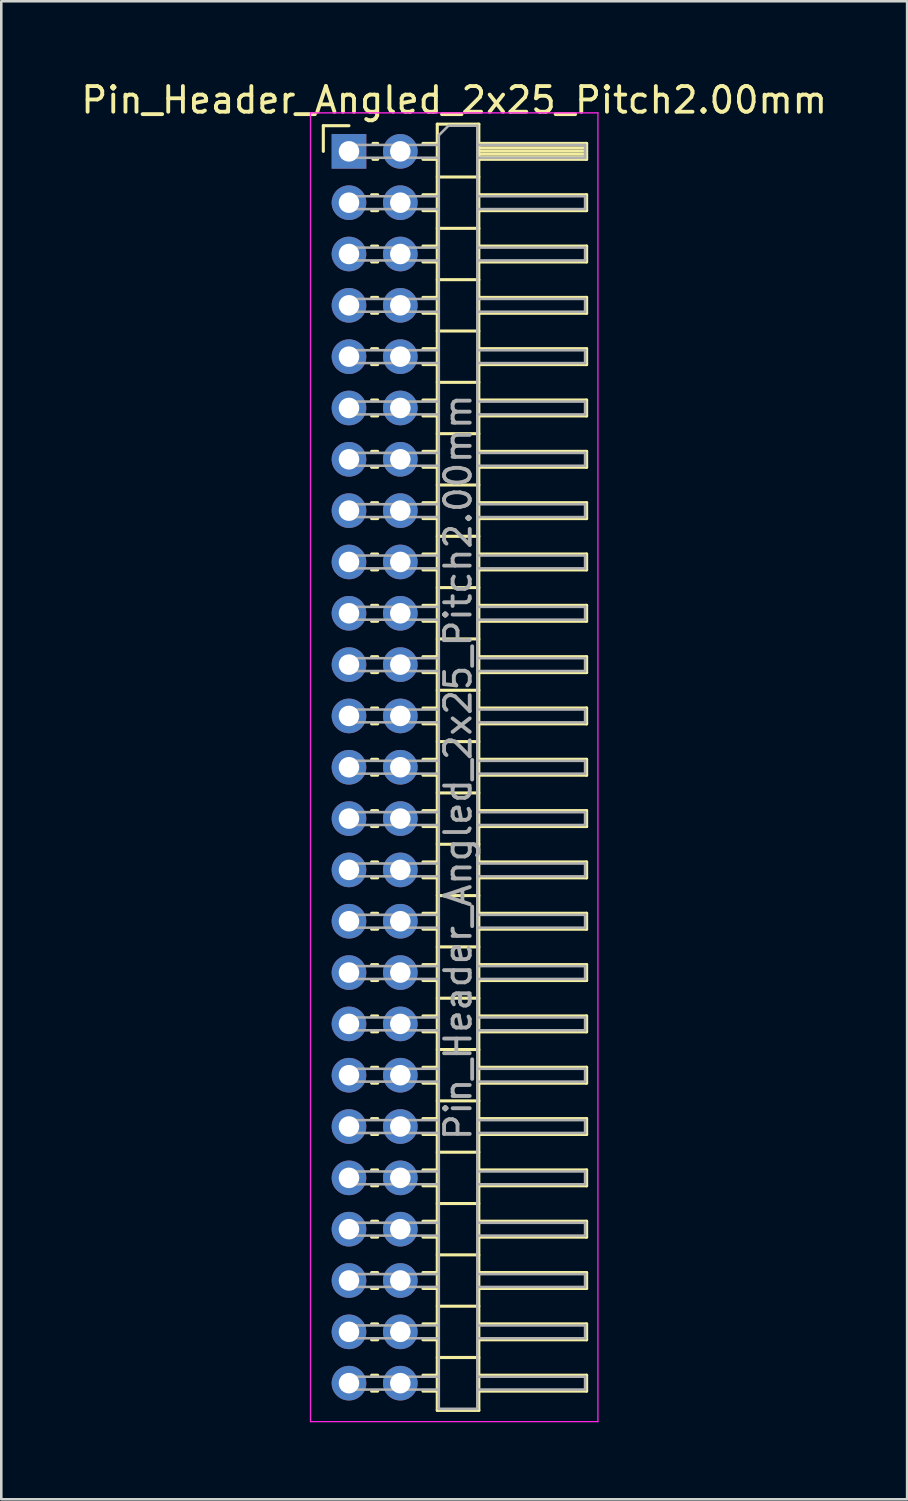
<source format=kicad_pcb>
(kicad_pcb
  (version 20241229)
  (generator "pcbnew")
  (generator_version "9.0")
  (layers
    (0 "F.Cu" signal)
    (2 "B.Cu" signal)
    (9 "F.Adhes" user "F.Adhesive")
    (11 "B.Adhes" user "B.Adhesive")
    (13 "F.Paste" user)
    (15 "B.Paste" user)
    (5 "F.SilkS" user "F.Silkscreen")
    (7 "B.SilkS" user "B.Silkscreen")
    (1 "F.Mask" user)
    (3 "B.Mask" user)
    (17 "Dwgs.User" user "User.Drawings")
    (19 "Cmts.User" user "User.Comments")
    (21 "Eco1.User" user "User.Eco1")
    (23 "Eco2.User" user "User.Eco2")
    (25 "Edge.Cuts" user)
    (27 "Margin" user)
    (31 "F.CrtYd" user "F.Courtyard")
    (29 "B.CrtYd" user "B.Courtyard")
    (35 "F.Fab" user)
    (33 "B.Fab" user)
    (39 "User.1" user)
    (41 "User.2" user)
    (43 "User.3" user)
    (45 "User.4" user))
  (footprint "Pin_Header_Angled_2x25_Pitch2.00mm"
    (layer "F.Cu")
    (at 10.549 2.848)
    (property "Reference" "Pin_Header_Angled_2x25_Pitch2.00mm" (at 4.1 -2 0) (layer "F.SilkS") (effects (font (size 1 1) (thickness 0.15))))
    (attr through_hole)
    (fp_line (start -1 -1) (end 0 -1) (stroke (width 0.12) (type solid)) (layer "F.SilkS"))
    (fp_line (start -1 0) (end -1 -1) (stroke (width 0.12) (type solid)) (layer "F.SilkS"))
    (fp_line (start 0.882 1.69) (end 1.118 1.69) (stroke (width 0.12) (type solid)) (layer "F.SilkS"))
    (fp_line (start 0.882 2.31) (end 1.118 2.31) (stroke (width 0.12) (type solid)) (layer "F.SilkS"))
    (fp_line (start 0.882 3.69) (end 1.118 3.69) (stroke (width 0.12) (type solid)) (layer "F.SilkS"))
    (fp_line (start 0.882 4.31) (end 1.118 4.31) (stroke (width 0.12) (type solid)) (layer "F.SilkS"))
    (fp_line (start 0.882 5.69) (end 1.118 5.69) (stroke (width 0.12) (type solid)) (layer "F.SilkS"))
    (fp_line (start 0.882 6.31) (end 1.118 6.31) (stroke (width 0.12) (type solid)) (layer "F.SilkS"))
    (fp_line (start 0.882 7.69) (end 1.118 7.69) (stroke (width 0.12) (type solid)) (layer "F.SilkS"))
    (fp_line (start 0.882 8.31) (end 1.118 8.31) (stroke (width 0.12) (type solid)) (layer "F.SilkS"))
    (fp_line (start 0.882 9.69) (end 1.118 9.69) (stroke (width 0.12) (type solid)) (layer "F.SilkS"))
    (fp_line (start 0.882 10.31) (end 1.118 10.31) (stroke (width 0.12) (type solid)) (layer "F.SilkS"))
    (fp_line (start 0.882 11.69) (end 1.118 11.69) (stroke (width 0.12) (type solid)) (layer "F.SilkS"))
    (fp_line (start 0.882 12.31) (end 1.118 12.31) (stroke (width 0.12) (type solid)) (layer "F.SilkS"))
    (fp_line (start 0.882 13.69) (end 1.118 13.69) (stroke (width 0.12) (type solid)) (layer "F.SilkS"))
    (fp_line (start 0.882 14.31) (end 1.118 14.31) (stroke (width 0.12) (type solid)) (layer "F.SilkS"))
    (fp_line (start 0.882 15.69) (end 1.118 15.69) (stroke (width 0.12) (type solid)) (layer "F.SilkS"))
    (fp_line (start 0.882 16.31) (end 1.118 16.31) (stroke (width 0.12) (type solid)) (layer "F.SilkS"))
    (fp_line (start 0.882 17.69) (end 1.118 17.69) (stroke (width 0.12) (type solid)) (layer "F.SilkS"))
    (fp_line (start 0.882 18.31) (end 1.118 18.31) (stroke (width 0.12) (type solid)) (layer "F.SilkS"))
    (fp_line (start 0.882 19.69) (end 1.118 19.69) (stroke (width 0.12) (type solid)) (layer "F.SilkS"))
    (fp_line (start 0.882 20.31) (end 1.118 20.31) (stroke (width 0.12) (type solid)) (layer "F.SilkS"))
    (fp_line (start 0.882 21.69) (end 1.118 21.69) (stroke (width 0.12) (type solid)) (layer "F.SilkS"))
    (fp_line (start 0.882 22.31) (end 1.118 22.31) (stroke (width 0.12) (type solid)) (layer "F.SilkS"))
    (fp_line (start 0.882 23.69) (end 1.118 23.69) (stroke (width 0.12) (type solid)) (layer "F.SilkS"))
    (fp_line (start 0.882 24.31) (end 1.118 24.31) (stroke (width 0.12) (type solid)) (layer "F.SilkS"))
    (fp_line (start 0.882 25.69) (end 1.118 25.69) (stroke (width 0.12) (type solid)) (layer "F.SilkS"))
    (fp_line (start 0.882 26.31) (end 1.118 26.31) (stroke (width 0.12) (type solid)) (layer "F.SilkS"))
    (fp_line (start 0.882 27.69) (end 1.118 27.69) (stroke (width 0.12) (type solid)) (layer "F.SilkS"))
    (fp_line (start 0.882 28.31) (end 1.118 28.31) (stroke (width 0.12) (type solid)) (layer "F.SilkS"))
    (fp_line (start 0.882 29.69) (end 1.118 29.69) (stroke (width 0.12) (type solid)) (layer "F.SilkS"))
    (fp_line (start 0.882 30.31) (end 1.118 30.31) (stroke (width 0.12) (type solid)) (layer "F.SilkS"))
    (fp_line (start 0.882 31.69) (end 1.118 31.69) (stroke (width 0.12) (type solid)) (layer "F.SilkS"))
    (fp_line (start 0.882 32.31) (end 1.118 32.31) (stroke (width 0.12) (type solid)) (layer "F.SilkS"))
    (fp_line (start 0.882 33.69) (end 1.118 33.69) (stroke (width 0.12) (type solid)) (layer "F.SilkS"))
    (fp_line (start 0.882 34.31) (end 1.118 34.31) (stroke (width 0.12) (type solid)) (layer "F.SilkS"))
    (fp_line (start 0.882 35.69) (end 1.118 35.69) (stroke (width 0.12) (type solid)) (layer "F.SilkS"))
    (fp_line (start 0.882 36.31) (end 1.118 36.31) (stroke (width 0.12) (type solid)) (layer "F.SilkS"))
    (fp_line (start 0.882 37.69) (end 1.118 37.69) (stroke (width 0.12) (type solid)) (layer "F.SilkS"))
    (fp_line (start 0.882 38.31) (end 1.118 38.31) (stroke (width 0.12) (type solid)) (layer "F.SilkS"))
    (fp_line (start 0.882 39.69) (end 1.118 39.69) (stroke (width 0.12) (type solid)) (layer "F.SilkS"))
    (fp_line (start 0.882 40.31) (end 1.118 40.31) (stroke (width 0.12) (type solid)) (layer "F.SilkS"))
    (fp_line (start 0.882 41.69) (end 1.118 41.69) (stroke (width 0.12) (type solid)) (layer "F.SilkS"))
    (fp_line (start 0.882 42.31) (end 1.118 42.31) (stroke (width 0.12) (type solid)) (layer "F.SilkS"))
    (fp_line (start 0.882 43.69) (end 1.118 43.69) (stroke (width 0.12) (type solid)) (layer "F.SilkS"))
    (fp_line (start 0.882 44.31) (end 1.118 44.31) (stroke (width 0.12) (type solid)) (layer "F.SilkS"))
    (fp_line (start 0.882 45.69) (end 1.118 45.69) (stroke (width 0.12) (type solid)) (layer "F.SilkS"))
    (fp_line (start 0.882 46.31) (end 1.118 46.31) (stroke (width 0.12) (type solid)) (layer "F.SilkS"))
    (fp_line (start 0.882 47.69) (end 1.118 47.69) (stroke (width 0.12) (type solid)) (layer "F.SilkS"))
    (fp_line (start 0.882 48.31) (end 1.118 48.31) (stroke (width 0.12) (type solid)) (layer "F.SilkS"))
    (fp_line (start 0.935 -0.31) (end 1.118 -0.31) (stroke (width 0.12) (type solid)) (layer "F.SilkS"))
    (fp_line (start 0.935 0.31) (end 1.118 0.31) (stroke (width 0.12) (type solid)) (layer "F.SilkS"))
    (fp_line (start 2.882 -0.31) (end 3.44 -0.31) (stroke (width 0.12) (type solid)) (layer "F.SilkS"))
    (fp_line (start 2.882 0.31) (end 3.44 0.31) (stroke (width 0.12) (type solid)) (layer "F.SilkS"))
    (fp_line (start 2.882 1.69) (end 3.44 1.69) (stroke (width 0.12) (type solid)) (layer "F.SilkS"))
    (fp_line (start 2.882 2.31) (end 3.44 2.31) (stroke (width 0.12) (type solid)) (layer "F.SilkS"))
    (fp_line (start 2.882 3.69) (end 3.44 3.69) (stroke (width 0.12) (type solid)) (layer "F.SilkS"))
    (fp_line (start 2.882 4.31) (end 3.44 4.31) (stroke (width 0.12) (type solid)) (layer "F.SilkS"))
    (fp_line (start 2.882 5.69) (end 3.44 5.69) (stroke (width 0.12) (type solid)) (layer "F.SilkS"))
    (fp_line (start 2.882 6.31) (end 3.44 6.31) (stroke (width 0.12) (type solid)) (layer "F.SilkS"))
    (fp_line (start 2.882 7.69) (end 3.44 7.69) (stroke (width 0.12) (type solid)) (layer "F.SilkS"))
    (fp_line (start 2.882 8.31) (end 3.44 8.31) (stroke (width 0.12) (type solid)) (layer "F.SilkS"))
    (fp_line (start 2.882 9.69) (end 3.44 9.69) (stroke (width 0.12) (type solid)) (layer "F.SilkS"))
    (fp_line (start 2.882 10.31) (end 3.44 10.31) (stroke (width 0.12) (type solid)) (layer "F.SilkS"))
    (fp_line (start 2.882 11.69) (end 3.44 11.69) (stroke (width 0.12) (type solid)) (layer "F.SilkS"))
    (fp_line (start 2.882 12.31) (end 3.44 12.31) (stroke (width 0.12) (type solid)) (layer "F.SilkS"))
    (fp_line (start 2.882 13.69) (end 3.44 13.69) (stroke (width 0.12) (type solid)) (layer "F.SilkS"))
    (fp_line (start 2.882 14.31) (end 3.44 14.31) (stroke (width 0.12) (type solid)) (layer "F.SilkS"))
    (fp_line (start 2.882 15.69) (end 3.44 15.69) (stroke (width 0.12) (type solid)) (layer "F.SilkS"))
    (fp_line (start 2.882 16.31) (end 3.44 16.31) (stroke (width 0.12) (type solid)) (layer "F.SilkS"))
    (fp_line (start 2.882 17.69) (end 3.44 17.69) (stroke (width 0.12) (type solid)) (layer "F.SilkS"))
    (fp_line (start 2.882 18.31) (end 3.44 18.31) (stroke (width 0.12) (type solid)) (layer "F.SilkS"))
    (fp_line (start 2.882 19.69) (end 3.44 19.69) (stroke (width 0.12) (type solid)) (layer "F.SilkS"))
    (fp_line (start 2.882 20.31) (end 3.44 20.31) (stroke (width 0.12) (type solid)) (layer "F.SilkS"))
    (fp_line (start 2.882 21.69) (end 3.44 21.69) (stroke (width 0.12) (type solid)) (layer "F.SilkS"))
    (fp_line (start 2.882 22.31) (end 3.44 22.31) (stroke (width 0.12) (type solid)) (layer "F.SilkS"))
    (fp_line (start 2.882 23.69) (end 3.44 23.69) (stroke (width 0.12) (type solid)) (layer "F.SilkS"))
    (fp_line (start 2.882 24.31) (end 3.44 24.31) (stroke (width 0.12) (type solid)) (layer "F.SilkS"))
    (fp_line (start 2.882 25.69) (end 3.44 25.69) (stroke (width 0.12) (type solid)) (layer "F.SilkS"))
    (fp_line (start 2.882 26.31) (end 3.44 26.31) (stroke (width 0.12) (type solid)) (layer "F.SilkS"))
    (fp_line (start 2.882 27.69) (end 3.44 27.69) (stroke (width 0.12) (type solid)) (layer "F.SilkS"))
    (fp_line (start 2.882 28.31) (end 3.44 28.31) (stroke (width 0.12) (type solid)) (layer "F.SilkS"))
    (fp_line (start 2.882 29.69) (end 3.44 29.69) (stroke (width 0.12) (type solid)) (layer "F.SilkS"))
    (fp_line (start 2.882 30.31) (end 3.44 30.31) (stroke (width 0.12) (type solid)) (layer "F.SilkS"))
    (fp_line (start 2.882 31.69) (end 3.44 31.69) (stroke (width 0.12) (type solid)) (layer "F.SilkS"))
    (fp_line (start 2.882 32.31) (end 3.44 32.31) (stroke (width 0.12) (type solid)) (layer "F.SilkS"))
    (fp_line (start 2.882 33.69) (end 3.44 33.69) (stroke (width 0.12) (type solid)) (layer "F.SilkS"))
    (fp_line (start 2.882 34.31) (end 3.44 34.31) (stroke (width 0.12) (type solid)) (layer "F.SilkS"))
    (fp_line (start 2.882 35.69) (end 3.44 35.69) (stroke (width 0.12) (type solid)) (layer "F.SilkS"))
    (fp_line (start 2.882 36.31) (end 3.44 36.31) (stroke (width 0.12) (type solid)) (layer "F.SilkS"))
    (fp_line (start 2.882 37.69) (end 3.44 37.69) (stroke (width 0.12) (type solid)) (layer "F.SilkS"))
    (fp_line (start 2.882 38.31) (end 3.44 38.31) (stroke (width 0.12) (type solid)) (layer "F.SilkS"))
    (fp_line (start 2.882 39.69) (end 3.44 39.69) (stroke (width 0.12) (type solid)) (layer "F.SilkS"))
    (fp_line (start 2.882 40.31) (end 3.44 40.31) (stroke (width 0.12) (type solid)) (layer "F.SilkS"))
    (fp_line (start 2.882 41.69) (end 3.44 41.69) (stroke (width 0.12) (type solid)) (layer "F.SilkS"))
    (fp_line (start 2.882 42.31) (end 3.44 42.31) (stroke (width 0.12) (type solid)) (layer "F.SilkS"))
    (fp_line (start 2.882 43.69) (end 3.44 43.69) (stroke (width 0.12) (type solid)) (layer "F.SilkS"))
    (fp_line (start 2.882 44.31) (end 3.44 44.31) (stroke (width 0.12) (type solid)) (layer "F.SilkS"))
    (fp_line (start 2.882 45.69) (end 3.44 45.69) (stroke (width 0.12) (type solid)) (layer "F.SilkS"))
    (fp_line (start 2.882 46.31) (end 3.44 46.31) (stroke (width 0.12) (type solid)) (layer "F.SilkS"))
    (fp_line (start 2.882 47.69) (end 3.44 47.69) (stroke (width 0.12) (type solid)) (layer "F.SilkS"))
    (fp_line (start 2.882 48.31) (end 3.44 48.31) (stroke (width 0.12) (type solid)) (layer "F.SilkS"))
    (fp_line (start 3.44 -1.06) (end 3.44 49.06) (stroke (width 0.12) (type solid)) (layer "F.SilkS"))
    (fp_line (start 3.44 1) (end 5.06 1) (stroke (width 0.12) (type solid)) (layer "F.SilkS"))
    (fp_line (start 3.44 3) (end 5.06 3) (stroke (width 0.12) (type solid)) (layer "F.SilkS"))
    (fp_line (start 3.44 5) (end 5.06 5) (stroke (width 0.12) (type solid)) (layer "F.SilkS"))
    (fp_line (start 3.44 7) (end 5.06 7) (stroke (width 0.12) (type solid)) (layer "F.SilkS"))
    (fp_line (start 3.44 9) (end 5.06 9) (stroke (width 0.12) (type solid)) (layer "F.SilkS"))
    (fp_line (start 3.44 11) (end 5.06 11) (stroke (width 0.12) (type solid)) (layer "F.SilkS"))
    (fp_line (start 3.44 13) (end 5.06 13) (stroke (width 0.12) (type solid)) (layer "F.SilkS"))
    (fp_line (start 3.44 15) (end 5.06 15) (stroke (width 0.12) (type solid)) (layer "F.SilkS"))
    (fp_line (start 3.44 17) (end 5.06 17) (stroke (width 0.12) (type solid)) (layer "F.SilkS"))
    (fp_line (start 3.44 19) (end 5.06 19) (stroke (width 0.12) (type solid)) (layer "F.SilkS"))
    (fp_line (start 3.44 21) (end 5.06 21) (stroke (width 0.12) (type solid)) (layer "F.SilkS"))
    (fp_line (start 3.44 23) (end 5.06 23) (stroke (width 0.12) (type solid)) (layer "F.SilkS"))
    (fp_line (start 3.44 25) (end 5.06 25) (stroke (width 0.12) (type solid)) (layer "F.SilkS"))
    (fp_line (start 3.44 27) (end 5.06 27) (stroke (width 0.12) (type solid)) (layer "F.SilkS"))
    (fp_line (start 3.44 29) (end 5.06 29) (stroke (width 0.12) (type solid)) (layer "F.SilkS"))
    (fp_line (start 3.44 31) (end 5.06 31) (stroke (width 0.12) (type solid)) (layer "F.SilkS"))
    (fp_line (start 3.44 33) (end 5.06 33) (stroke (width 0.12) (type solid)) (layer "F.SilkS"))
    (fp_line (start 3.44 35) (end 5.06 35) (stroke (width 0.12) (type solid)) (layer "F.SilkS"))
    (fp_line (start 3.44 37) (end 5.06 37) (stroke (width 0.12) (type solid)) (layer "F.SilkS"))
    (fp_line (start 3.44 39) (end 5.06 39) (stroke (width 0.12) (type solid)) (layer "F.SilkS"))
    (fp_line (start 3.44 41) (end 5.06 41) (stroke (width 0.12) (type solid)) (layer "F.SilkS"))
    (fp_line (start 3.44 43) (end 5.06 43) (stroke (width 0.12) (type solid)) (layer "F.SilkS"))
    (fp_line (start 3.44 45) (end 5.06 45) (stroke (width 0.12) (type solid)) (layer "F.SilkS"))
    (fp_line (start 3.44 47) (end 5.06 47) (stroke (width 0.12) (type solid)) (layer "F.SilkS"))
    (fp_line (start 3.44 49.06) (end 5.06 49.06) (stroke (width 0.12) (type solid)) (layer "F.SilkS"))
    (fp_line (start 5.06 -1.06) (end 3.44 -1.06) (stroke (width 0.12) (type solid)) (layer "F.SilkS"))
    (fp_line (start 5.06 -0.31) (end 9.26 -0.31) (stroke (width 0.12) (type solid)) (layer "F.SilkS"))
    (fp_line (start 5.06 -0.25) (end 9.26 -0.25) (stroke (width 0.12) (type solid)) (layer "F.SilkS"))
    (fp_line (start 5.06 -0.13) (end 9.26 -0.13) (stroke (width 0.12) (type solid)) (layer "F.SilkS"))
    (fp_line (start 5.06 -0.01) (end 9.26 -0.01) (stroke (width 0.12) (type solid)) (layer "F.SilkS"))
    (fp_line (start 5.06 0.11) (end 9.26 0.11) (stroke (width 0.12) (type solid)) (layer "F.SilkS"))
    (fp_line (start 5.06 0.23) (end 9.26 0.23) (stroke (width 0.12) (type solid)) (layer "F.SilkS"))
    (fp_line (start 5.06 1.69) (end 9.26 1.69) (stroke (width 0.12) (type solid)) (layer "F.SilkS"))
    (fp_line (start 5.06 3.69) (end 9.26 3.69) (stroke (width 0.12) (type solid)) (layer "F.SilkS"))
    (fp_line (start 5.06 5.69) (end 9.26 5.69) (stroke (width 0.12) (type solid)) (layer "F.SilkS"))
    (fp_line (start 5.06 7.69) (end 9.26 7.69) (stroke (width 0.12) (type solid)) (layer "F.SilkS"))
    (fp_line (start 5.06 9.69) (end 9.26 9.69) (stroke (width 0.12) (type solid)) (layer "F.SilkS"))
    (fp_line (start 5.06 11.69) (end 9.26 11.69) (stroke (width 0.12) (type solid)) (layer "F.SilkS"))
    (fp_line (start 5.06 13.69) (end 9.26 13.69) (stroke (width 0.12) (type solid)) (layer "F.SilkS"))
    (fp_line (start 5.06 15.69) (end 9.26 15.69) (stroke (width 0.12) (type solid)) (layer "F.SilkS"))
    (fp_line (start 5.06 17.69) (end 9.26 17.69) (stroke (width 0.12) (type solid)) (layer "F.SilkS"))
    (fp_line (start 5.06 19.69) (end 9.26 19.69) (stroke (width 0.12) (type solid)) (layer "F.SilkS"))
    (fp_line (start 5.06 21.69) (end 9.26 21.69) (stroke (width 0.12) (type solid)) (layer "F.SilkS"))
    (fp_line (start 5.06 23.69) (end 9.26 23.69) (stroke (width 0.12) (type solid)) (layer "F.SilkS"))
    (fp_line (start 5.06 25.69) (end 9.26 25.69) (stroke (width 0.12) (type solid)) (layer "F.SilkS"))
    (fp_line (start 5.06 27.69) (end 9.26 27.69) (stroke (width 0.12) (type solid)) (layer "F.SilkS"))
    (fp_line (start 5.06 29.69) (end 9.26 29.69) (stroke (width 0.12) (type solid)) (layer "F.SilkS"))
    (fp_line (start 5.06 31.69) (end 9.26 31.69) (stroke (width 0.12) (type solid)) (layer "F.SilkS"))
    (fp_line (start 5.06 33.69) (end 9.26 33.69) (stroke (width 0.12) (type solid)) (layer "F.SilkS"))
    (fp_line (start 5.06 35.69) (end 9.26 35.69) (stroke (width 0.12) (type solid)) (layer "F.SilkS"))
    (fp_line (start 5.06 37.69) (end 9.26 37.69) (stroke (width 0.12) (type solid)) (layer "F.SilkS"))
    (fp_line (start 5.06 39.69) (end 9.26 39.69) (stroke (width 0.12) (type solid)) (layer "F.SilkS"))
    (fp_line (start 5.06 41.69) (end 9.26 41.69) (stroke (width 0.12) (type solid)) (layer "F.SilkS"))
    (fp_line (start 5.06 43.69) (end 9.26 43.69) (stroke (width 0.12) (type solid)) (layer "F.SilkS"))
    (fp_line (start 5.06 45.69) (end 9.26 45.69) (stroke (width 0.12) (type solid)) (layer "F.SilkS"))
    (fp_line (start 5.06 47.69) (end 9.26 47.69) (stroke (width 0.12) (type solid)) (layer "F.SilkS"))
    (fp_line (start 5.06 49.06) (end 5.06 -1.06) (stroke (width 0.12) (type solid)) (layer "F.SilkS"))
    (fp_line (start 9.26 -0.31) (end 9.26 0.31) (stroke (width 0.12) (type solid)) (layer "F.SilkS"))
    (fp_line (start 9.26 0.31) (end 5.06 0.31) (stroke (width 0.12) (type solid)) (layer "F.SilkS"))
    (fp_line (start 9.26 1.69) (end 9.26 2.31) (stroke (width 0.12) (type solid)) (layer "F.SilkS"))
    (fp_line (start 9.26 2.31) (end 5.06 2.31) (stroke (width 0.12) (type solid)) (layer "F.SilkS"))
    (fp_line (start 9.26 3.69) (end 9.26 4.31) (stroke (width 0.12) (type solid)) (layer "F.SilkS"))
    (fp_line (start 9.26 4.31) (end 5.06 4.31) (stroke (width 0.12) (type solid)) (layer "F.SilkS"))
    (fp_line (start 9.26 5.69) (end 9.26 6.31) (stroke (width 0.12) (type solid)) (layer "F.SilkS"))
    (fp_line (start 9.26 6.31) (end 5.06 6.31) (stroke (width 0.12) (type solid)) (layer "F.SilkS"))
    (fp_line (start 9.26 7.69) (end 9.26 8.31) (stroke (width 0.12) (type solid)) (layer "F.SilkS"))
    (fp_line (start 9.26 8.31) (end 5.06 8.31) (stroke (width 0.12) (type solid)) (layer "F.SilkS"))
    (fp_line (start 9.26 9.69) (end 9.26 10.31) (stroke (width 0.12) (type solid)) (layer "F.SilkS"))
    (fp_line (start 9.26 10.31) (end 5.06 10.31) (stroke (width 0.12) (type solid)) (layer "F.SilkS"))
    (fp_line (start 9.26 11.69) (end 9.26 12.31) (stroke (width 0.12) (type solid)) (layer "F.SilkS"))
    (fp_line (start 9.26 12.31) (end 5.06 12.31) (stroke (width 0.12) (type solid)) (layer "F.SilkS"))
    (fp_line (start 9.26 13.69) (end 9.26 14.31) (stroke (width 0.12) (type solid)) (layer "F.SilkS"))
    (fp_line (start 9.26 14.31) (end 5.06 14.31) (stroke (width 0.12) (type solid)) (layer "F.SilkS"))
    (fp_line (start 9.26 15.69) (end 9.26 16.31) (stroke (width 0.12) (type solid)) (layer "F.SilkS"))
    (fp_line (start 9.26 16.31) (end 5.06 16.31) (stroke (width 0.12) (type solid)) (layer "F.SilkS"))
    (fp_line (start 9.26 17.69) (end 9.26 18.31) (stroke (width 0.12) (type solid)) (layer "F.SilkS"))
    (fp_line (start 9.26 18.31) (end 5.06 18.31) (stroke (width 0.12) (type solid)) (layer "F.SilkS"))
    (fp_line (start 9.26 19.69) (end 9.26 20.31) (stroke (width 0.12) (type solid)) (layer "F.SilkS"))
    (fp_line (start 9.26 20.31) (end 5.06 20.31) (stroke (width 0.12) (type solid)) (layer "F.SilkS"))
    (fp_line (start 9.26 21.69) (end 9.26 22.31) (stroke (width 0.12) (type solid)) (layer "F.SilkS"))
    (fp_line (start 9.26 22.31) (end 5.06 22.31) (stroke (width 0.12) (type solid)) (layer "F.SilkS"))
    (fp_line (start 9.26 23.69) (end 9.26 24.31) (stroke (width 0.12) (type solid)) (layer "F.SilkS"))
    (fp_line (start 9.26 24.31) (end 5.06 24.31) (stroke (width 0.12) (type solid)) (layer "F.SilkS"))
    (fp_line (start 9.26 25.69) (end 9.26 26.31) (stroke (width 0.12) (type solid)) (layer "F.SilkS"))
    (fp_line (start 9.26 26.31) (end 5.06 26.31) (stroke (width 0.12) (type solid)) (layer "F.SilkS"))
    (fp_line (start 9.26 27.69) (end 9.26 28.31) (stroke (width 0.12) (type solid)) (layer "F.SilkS"))
    (fp_line (start 9.26 28.31) (end 5.06 28.31) (stroke (width 0.12) (type solid)) (layer "F.SilkS"))
    (fp_line (start 9.26 29.69) (end 9.26 30.31) (stroke (width 0.12) (type solid)) (layer "F.SilkS"))
    (fp_line (start 9.26 30.31) (end 5.06 30.31) (stroke (width 0.12) (type solid)) (layer "F.SilkS"))
    (fp_line (start 9.26 31.69) (end 9.26 32.31) (stroke (width 0.12) (type solid)) (layer "F.SilkS"))
    (fp_line (start 9.26 32.31) (end 5.06 32.31) (stroke (width 0.12) (type solid)) (layer "F.SilkS"))
    (fp_line (start 9.26 33.69) (end 9.26 34.31) (stroke (width 0.12) (type solid)) (layer "F.SilkS"))
    (fp_line (start 9.26 34.31) (end 5.06 34.31) (stroke (width 0.12) (type solid)) (layer "F.SilkS"))
    (fp_line (start 9.26 35.69) (end 9.26 36.31) (stroke (width 0.12) (type solid)) (layer "F.SilkS"))
    (fp_line (start 9.26 36.31) (end 5.06 36.31) (stroke (width 0.12) (type solid)) (layer "F.SilkS"))
    (fp_line (start 9.26 37.69) (end 9.26 38.31) (stroke (width 0.12) (type solid)) (layer "F.SilkS"))
    (fp_line (start 9.26 38.31) (end 5.06 38.31) (stroke (width 0.12) (type solid)) (layer "F.SilkS"))
    (fp_line (start 9.26 39.69) (end 9.26 40.31) (stroke (width 0.12) (type solid)) (layer "F.SilkS"))
    (fp_line (start 9.26 40.31) (end 5.06 40.31) (stroke (width 0.12) (type solid)) (layer "F.SilkS"))
    (fp_line (start 9.26 41.69) (end 9.26 42.31) (stroke (width 0.12) (type solid)) (layer "F.SilkS"))
    (fp_line (start 9.26 42.31) (end 5.06 42.31) (stroke (width 0.12) (type solid)) (layer "F.SilkS"))
    (fp_line (start 9.26 43.69) (end 9.26 44.31) (stroke (width 0.12) (type solid)) (layer "F.SilkS"))
    (fp_line (start 9.26 44.31) (end 5.06 44.31) (stroke (width 0.12) (type solid)) (layer "F.SilkS"))
    (fp_line (start 9.26 45.69) (end 9.26 46.31) (stroke (width 0.12) (type solid)) (layer "F.SilkS"))
    (fp_line (start 9.26 46.31) (end 5.06 46.31) (stroke (width 0.12) (type solid)) (layer "F.SilkS"))
    (fp_line (start 9.26 47.69) (end 9.26 48.31) (stroke (width 0.12) (type solid)) (layer "F.SilkS"))
    (fp_line (start 9.26 48.31) (end 5.06 48.31) (stroke (width 0.12) (type solid)) (layer "F.SilkS"))
    (fp_line (start -1.5 -1.5) (end -1.5 49.5) (stroke (width 0.05) (type solid)) (layer "F.CrtYd"))
    (fp_line (start -1.5 49.5) (end 9.7 49.5) (stroke (width 0.05) (type solid)) (layer "F.CrtYd"))
    (fp_line (start 9.7 -1.5) (end -1.5 -1.5) (stroke (width 0.05) (type solid)) (layer "F.CrtYd"))
    (fp_line (start 9.7 49.5) (end 9.7 -1.5) (stroke (width 0.05) (type solid)) (layer "F.CrtYd"))
    (fp_line (start -0.25 -0.25) (end -0.25 0.25) (stroke (width 0.1) (type solid)) (layer "F.Fab"))
    (fp_line (start -0.25 -0.25) (end 3.5 -0.25) (stroke (width 0.1) (type solid)) (layer "F.Fab"))
    (fp_line (start -0.25 0.25) (end 3.5 0.25) (stroke (width 0.1) (type solid)) (layer "F.Fab"))
    (fp_line (start -0.25 1.75) (end -0.25 2.25) (stroke (width 0.1) (type solid)) (layer "F.Fab"))
    (fp_line (start -0.25 1.75) (end 3.5 1.75) (stroke (width 0.1) (type solid)) (layer "F.Fab"))
    (fp_line (start -0.25 2.25) (end 3.5 2.25) (stroke (width 0.1) (type solid)) (layer "F.Fab"))
    (fp_line (start -0.25 3.75) (end -0.25 4.25) (stroke (width 0.1) (type solid)) (layer "F.Fab"))
    (fp_line (start -0.25 3.75) (end 3.5 3.75) (stroke (width 0.1) (type solid)) (layer "F.Fab"))
    (fp_line (start -0.25 4.25) (end 3.5 4.25) (stroke (width 0.1) (type solid)) (layer "F.Fab"))
    (fp_line (start -0.25 5.75) (end -0.25 6.25) (stroke (width 0.1) (type solid)) (layer "F.Fab"))
    (fp_line (start -0.25 5.75) (end 3.5 5.75) (stroke (width 0.1) (type solid)) (layer "F.Fab"))
    (fp_line (start -0.25 6.25) (end 3.5 6.25) (stroke (width 0.1) (type solid)) (layer "F.Fab"))
    (fp_line (start -0.25 7.75) (end -0.25 8.25) (stroke (width 0.1) (type solid)) (layer "F.Fab"))
    (fp_line (start -0.25 7.75) (end 3.5 7.75) (stroke (width 0.1) (type solid)) (layer "F.Fab"))
    (fp_line (start -0.25 8.25) (end 3.5 8.25) (stroke (width 0.1) (type solid)) (layer "F.Fab"))
    (fp_line (start -0.25 9.75) (end -0.25 10.25) (stroke (width 0.1) (type solid)) (layer "F.Fab"))
    (fp_line (start -0.25 9.75) (end 3.5 9.75) (stroke (width 0.1) (type solid)) (layer "F.Fab"))
    (fp_line (start -0.25 10.25) (end 3.5 10.25) (stroke (width 0.1) (type solid)) (layer "F.Fab"))
    (fp_line (start -0.25 11.75) (end -0.25 12.25) (stroke (width 0.1) (type solid)) (layer "F.Fab"))
    (fp_line (start -0.25 11.75) (end 3.5 11.75) (stroke (width 0.1) (type solid)) (layer "F.Fab"))
    (fp_line (start -0.25 12.25) (end 3.5 12.25) (stroke (width 0.1) (type solid)) (layer "F.Fab"))
    (fp_line (start -0.25 13.75) (end -0.25 14.25) (stroke (width 0.1) (type solid)) (layer "F.Fab"))
    (fp_line (start -0.25 13.75) (end 3.5 13.75) (stroke (width 0.1) (type solid)) (layer "F.Fab"))
    (fp_line (start -0.25 14.25) (end 3.5 14.25) (stroke (width 0.1) (type solid)) (layer "F.Fab"))
    (fp_line (start -0.25 15.75) (end -0.25 16.25) (stroke (width 0.1) (type solid)) (layer "F.Fab"))
    (fp_line (start -0.25 15.75) (end 3.5 15.75) (stroke (width 0.1) (type solid)) (layer "F.Fab"))
    (fp_line (start -0.25 16.25) (end 3.5 16.25) (stroke (width 0.1) (type solid)) (layer "F.Fab"))
    (fp_line (start -0.25 17.75) (end -0.25 18.25) (stroke (width 0.1) (type solid)) (layer "F.Fab"))
    (fp_line (start -0.25 17.75) (end 3.5 17.75) (stroke (width 0.1) (type solid)) (layer "F.Fab"))
    (fp_line (start -0.25 18.25) (end 3.5 18.25) (stroke (width 0.1) (type solid)) (layer "F.Fab"))
    (fp_line (start -0.25 19.75) (end -0.25 20.25) (stroke (width 0.1) (type solid)) (layer "F.Fab"))
    (fp_line (start -0.25 19.75) (end 3.5 19.75) (stroke (width 0.1) (type solid)) (layer "F.Fab"))
    (fp_line (start -0.25 20.25) (end 3.5 20.25) (stroke (width 0.1) (type solid)) (layer "F.Fab"))
    (fp_line (start -0.25 21.75) (end -0.25 22.25) (stroke (width 0.1) (type solid)) (layer "F.Fab"))
    (fp_line (start -0.25 21.75) (end 3.5 21.75) (stroke (width 0.1) (type solid)) (layer "F.Fab"))
    (fp_line (start -0.25 22.25) (end 3.5 22.25) (stroke (width 0.1) (type solid)) (layer "F.Fab"))
    (fp_line (start -0.25 23.75) (end -0.25 24.25) (stroke (width 0.1) (type solid)) (layer "F.Fab"))
    (fp_line (start -0.25 23.75) (end 3.5 23.75) (stroke (width 0.1) (type solid)) (layer "F.Fab"))
    (fp_line (start -0.25 24.25) (end 3.5 24.25) (stroke (width 0.1) (type solid)) (layer "F.Fab"))
    (fp_line (start -0.25 25.75) (end -0.25 26.25) (stroke (width 0.1) (type solid)) (layer "F.Fab"))
    (fp_line (start -0.25 25.75) (end 3.5 25.75) (stroke (width 0.1) (type solid)) (layer "F.Fab"))
    (fp_line (start -0.25 26.25) (end 3.5 26.25) (stroke (width 0.1) (type solid)) (layer "F.Fab"))
    (fp_line (start -0.25 27.75) (end -0.25 28.25) (stroke (width 0.1) (type solid)) (layer "F.Fab"))
    (fp_line (start -0.25 27.75) (end 3.5 27.75) (stroke (width 0.1) (type solid)) (layer "F.Fab"))
    (fp_line (start -0.25 28.25) (end 3.5 28.25) (stroke (width 0.1) (type solid)) (layer "F.Fab"))
    (fp_line (start -0.25 29.75) (end -0.25 30.25) (stroke (width 0.1) (type solid)) (layer "F.Fab"))
    (fp_line (start -0.25 29.75) (end 3.5 29.75) (stroke (width 0.1) (type solid)) (layer "F.Fab"))
    (fp_line (start -0.25 30.25) (end 3.5 30.25) (stroke (width 0.1) (type solid)) (layer "F.Fab"))
    (fp_line (start -0.25 31.75) (end -0.25 32.25) (stroke (width 0.1) (type solid)) (layer "F.Fab"))
    (fp_line (start -0.25 31.75) (end 3.5 31.75) (stroke (width 0.1) (type solid)) (layer "F.Fab"))
    (fp_line (start -0.25 32.25) (end 3.5 32.25) (stroke (width 0.1) (type solid)) (layer "F.Fab"))
    (fp_line (start -0.25 33.75) (end -0.25 34.25) (stroke (width 0.1) (type solid)) (layer "F.Fab"))
    (fp_line (start -0.25 33.75) (end 3.5 33.75) (stroke (width 0.1) (type solid)) (layer "F.Fab"))
    (fp_line (start -0.25 34.25) (end 3.5 34.25) (stroke (width 0.1) (type solid)) (layer "F.Fab"))
    (fp_line (start -0.25 35.75) (end -0.25 36.25) (stroke (width 0.1) (type solid)) (layer "F.Fab"))
    (fp_line (start -0.25 35.75) (end 3.5 35.75) (stroke (width 0.1) (type solid)) (layer "F.Fab"))
    (fp_line (start -0.25 36.25) (end 3.5 36.25) (stroke (width 0.1) (type solid)) (layer "F.Fab"))
    (fp_line (start -0.25 37.75) (end -0.25 38.25) (stroke (width 0.1) (type solid)) (layer "F.Fab"))
    (fp_line (start -0.25 37.75) (end 3.5 37.75) (stroke (width 0.1) (type solid)) (layer "F.Fab"))
    (fp_line (start -0.25 38.25) (end 3.5 38.25) (stroke (width 0.1) (type solid)) (layer "F.Fab"))
    (fp_line (start -0.25 39.75) (end -0.25 40.25) (stroke (width 0.1) (type solid)) (layer "F.Fab"))
    (fp_line (start -0.25 39.75) (end 3.5 39.75) (stroke (width 0.1) (type solid)) (layer "F.Fab"))
    (fp_line (start -0.25 40.25) (end 3.5 40.25) (stroke (width 0.1) (type solid)) (layer "F.Fab"))
    (fp_line (start -0.25 41.75) (end -0.25 42.25) (stroke (width 0.1) (type solid)) (layer "F.Fab"))
    (fp_line (start -0.25 41.75) (end 3.5 41.75) (stroke (width 0.1) (type solid)) (layer "F.Fab"))
    (fp_line (start -0.25 42.25) (end 3.5 42.25) (stroke (width 0.1) (type solid)) (layer "F.Fab"))
    (fp_line (start -0.25 43.75) (end -0.25 44.25) (stroke (width 0.1) (type solid)) (layer "F.Fab"))
    (fp_line (start -0.25 43.75) (end 3.5 43.75) (stroke (width 0.1) (type solid)) (layer "F.Fab"))
    (fp_line (start -0.25 44.25) (end 3.5 44.25) (stroke (width 0.1) (type solid)) (layer "F.Fab"))
    (fp_line (start -0.25 45.75) (end -0.25 46.25) (stroke (width 0.1) (type solid)) (layer "F.Fab"))
    (fp_line (start -0.25 45.75) (end 3.5 45.75) (stroke (width 0.1) (type solid)) (layer "F.Fab"))
    (fp_line (start -0.25 46.25) (end 3.5 46.25) (stroke (width 0.1) (type solid)) (layer "F.Fab"))
    (fp_line (start -0.25 47.75) (end -0.25 48.25) (stroke (width 0.1) (type solid)) (layer "F.Fab"))
    (fp_line (start -0.25 47.75) (end 3.5 47.75) (stroke (width 0.1) (type solid)) (layer "F.Fab"))
    (fp_line (start -0.25 48.25) (end 3.5 48.25) (stroke (width 0.1) (type solid)) (layer "F.Fab"))
    (fp_line (start 3.5 -0.625) (end 3.875 -1) (stroke (width 0.1) (type solid)) (layer "F.Fab"))
    (fp_line (start 3.5 49) (end 3.5 -0.625) (stroke (width 0.1) (type solid)) (layer "F.Fab"))
    (fp_line (start 3.875 -1) (end 5 -1) (stroke (width 0.1) (type solid)) (layer "F.Fab"))
    (fp_line (start 5 -1) (end 5 49) (stroke (width 0.1) (type solid)) (layer "F.Fab"))
    (fp_line (start 5 -0.25) (end 9.2 -0.25) (stroke (width 0.1) (type solid)) (layer "F.Fab"))
    (fp_line (start 5 0.25) (end 9.2 0.25) (stroke (width 0.1) (type solid)) (layer "F.Fab"))
    (fp_line (start 5 1.75) (end 9.2 1.75) (stroke (width 0.1) (type solid)) (layer "F.Fab"))
    (fp_line (start 5 2.25) (end 9.2 2.25) (stroke (width 0.1) (type solid)) (layer "F.Fab"))
    (fp_line (start 5 3.75) (end 9.2 3.75) (stroke (width 0.1) (type solid)) (layer "F.Fab"))
    (fp_line (start 5 4.25) (end 9.2 4.25) (stroke (width 0.1) (type solid)) (layer "F.Fab"))
    (fp_line (start 5 5.75) (end 9.2 5.75) (stroke (width 0.1) (type solid)) (layer "F.Fab"))
    (fp_line (start 5 6.25) (end 9.2 6.25) (stroke (width 0.1) (type solid)) (layer "F.Fab"))
    (fp_line (start 5 7.75) (end 9.2 7.75) (stroke (width 0.1) (type solid)) (layer "F.Fab"))
    (fp_line (start 5 8.25) (end 9.2 8.25) (stroke (width 0.1) (type solid)) (layer "F.Fab"))
    (fp_line (start 5 9.75) (end 9.2 9.75) (stroke (width 0.1) (type solid)) (layer "F.Fab"))
    (fp_line (start 5 10.25) (end 9.2 10.25) (stroke (width 0.1) (type solid)) (layer "F.Fab"))
    (fp_line (start 5 11.75) (end 9.2 11.75) (stroke (width 0.1) (type solid)) (layer "F.Fab"))
    (fp_line (start 5 12.25) (end 9.2 12.25) (stroke (width 0.1) (type solid)) (layer "F.Fab"))
    (fp_line (start 5 13.75) (end 9.2 13.75) (stroke (width 0.1) (type solid)) (layer "F.Fab"))
    (fp_line (start 5 14.25) (end 9.2 14.25) (stroke (width 0.1) (type solid)) (layer "F.Fab"))
    (fp_line (start 5 15.75) (end 9.2 15.75) (stroke (width 0.1) (type solid)) (layer "F.Fab"))
    (fp_line (start 5 16.25) (end 9.2 16.25) (stroke (width 0.1) (type solid)) (layer "F.Fab"))
    (fp_line (start 5 17.75) (end 9.2 17.75) (stroke (width 0.1) (type solid)) (layer "F.Fab"))
    (fp_line (start 5 18.25) (end 9.2 18.25) (stroke (width 0.1) (type solid)) (layer "F.Fab"))
    (fp_line (start 5 19.75) (end 9.2 19.75) (stroke (width 0.1) (type solid)) (layer "F.Fab"))
    (fp_line (start 5 20.25) (end 9.2 20.25) (stroke (width 0.1) (type solid)) (layer "F.Fab"))
    (fp_line (start 5 21.75) (end 9.2 21.75) (stroke (width 0.1) (type solid)) (layer "F.Fab"))
    (fp_line (start 5 22.25) (end 9.2 22.25) (stroke (width 0.1) (type solid)) (layer "F.Fab"))
    (fp_line (start 5 23.75) (end 9.2 23.75) (stroke (width 0.1) (type solid)) (layer "F.Fab"))
    (fp_line (start 5 24.25) (end 9.2 24.25) (stroke (width 0.1) (type solid)) (layer "F.Fab"))
    (fp_line (start 5 25.75) (end 9.2 25.75) (stroke (width 0.1) (type solid)) (layer "F.Fab"))
    (fp_line (start 5 26.25) (end 9.2 26.25) (stroke (width 0.1) (type solid)) (layer "F.Fab"))
    (fp_line (start 5 27.75) (end 9.2 27.75) (stroke (width 0.1) (type solid)) (layer "F.Fab"))
    (fp_line (start 5 28.25) (end 9.2 28.25) (stroke (width 0.1) (type solid)) (layer "F.Fab"))
    (fp_line (start 5 29.75) (end 9.2 29.75) (stroke (width 0.1) (type solid)) (layer "F.Fab"))
    (fp_line (start 5 30.25) (end 9.2 30.25) (stroke (width 0.1) (type solid)) (layer "F.Fab"))
    (fp_line (start 5 31.75) (end 9.2 31.75) (stroke (width 0.1) (type solid)) (layer "F.Fab"))
    (fp_line (start 5 32.25) (end 9.2 32.25) (stroke (width 0.1) (type solid)) (layer "F.Fab"))
    (fp_line (start 5 33.75) (end 9.2 33.75) (stroke (width 0.1) (type solid)) (layer "F.Fab"))
    (fp_line (start 5 34.25) (end 9.2 34.25) (stroke (width 0.1) (type solid)) (layer "F.Fab"))
    (fp_line (start 5 35.75) (end 9.2 35.75) (stroke (width 0.1) (type solid)) (layer "F.Fab"))
    (fp_line (start 5 36.25) (end 9.2 36.25) (stroke (width 0.1) (type solid)) (layer "F.Fab"))
    (fp_line (start 5 37.75) (end 9.2 37.75) (stroke (width 0.1) (type solid)) (layer "F.Fab"))
    (fp_line (start 5 38.25) (end 9.2 38.25) (stroke (width 0.1) (type solid)) (layer "F.Fab"))
    (fp_line (start 5 39.75) (end 9.2 39.75) (stroke (width 0.1) (type solid)) (layer "F.Fab"))
    (fp_line (start 5 40.25) (end 9.2 40.25) (stroke (width 0.1) (type solid)) (layer "F.Fab"))
    (fp_line (start 5 41.75) (end 9.2 41.75) (stroke (width 0.1) (type solid)) (layer "F.Fab"))
    (fp_line (start 5 42.25) (end 9.2 42.25) (stroke (width 0.1) (type solid)) (layer "F.Fab"))
    (fp_line (start 5 43.75) (end 9.2 43.75) (stroke (width 0.1) (type solid)) (layer "F.Fab"))
    (fp_line (start 5 44.25) (end 9.2 44.25) (stroke (width 0.1) (type solid)) (layer "F.Fab"))
    (fp_line (start 5 45.75) (end 9.2 45.75) (stroke (width 0.1) (type solid)) (layer "F.Fab"))
    (fp_line (start 5 46.25) (end 9.2 46.25) (stroke (width 0.1) (type solid)) (layer "F.Fab"))
    (fp_line (start 5 47.75) (end 9.2 47.75) (stroke (width 0.1) (type solid)) (layer "F.Fab"))
    (fp_line (start 5 48.25) (end 9.2 48.25) (stroke (width 0.1) (type solid)) (layer "F.Fab"))
    (fp_line (start 5 49) (end 3.5 49) (stroke (width 0.1) (type solid)) (layer "F.Fab"))
    (fp_line (start 9.2 -0.25) (end 9.2 0.25) (stroke (width 0.1) (type solid)) (layer "F.Fab"))
    (fp_line (start 9.2 1.75) (end 9.2 2.25) (stroke (width 0.1) (type solid)) (layer "F.Fab"))
    (fp_line (start 9.2 3.75) (end 9.2 4.25) (stroke (width 0.1) (type solid)) (layer "F.Fab"))
    (fp_line (start 9.2 5.75) (end 9.2 6.25) (stroke (width 0.1) (type solid)) (layer "F.Fab"))
    (fp_line (start 9.2 7.75) (end 9.2 8.25) (stroke (width 0.1) (type solid)) (layer "F.Fab"))
    (fp_line (start 9.2 9.75) (end 9.2 10.25) (stroke (width 0.1) (type solid)) (layer "F.Fab"))
    (fp_line (start 9.2 11.75) (end 9.2 12.25) (stroke (width 0.1) (type solid)) (layer "F.Fab"))
    (fp_line (start 9.2 13.75) (end 9.2 14.25) (stroke (width 0.1) (type solid)) (layer "F.Fab"))
    (fp_line (start 9.2 15.75) (end 9.2 16.25) (stroke (width 0.1) (type solid)) (layer "F.Fab"))
    (fp_line (start 9.2 17.75) (end 9.2 18.25) (stroke (width 0.1) (type solid)) (layer "F.Fab"))
    (fp_line (start 9.2 19.75) (end 9.2 20.25) (stroke (width 0.1) (type solid)) (layer "F.Fab"))
    (fp_line (start 9.2 21.75) (end 9.2 22.25) (stroke (width 0.1) (type solid)) (layer "F.Fab"))
    (fp_line (start 9.2 23.75) (end 9.2 24.25) (stroke (width 0.1) (type solid)) (layer "F.Fab"))
    (fp_line (start 9.2 25.75) (end 9.2 26.25) (stroke (width 0.1) (type solid)) (layer "F.Fab"))
    (fp_line (start 9.2 27.75) (end 9.2 28.25) (stroke (width 0.1) (type solid)) (layer "F.Fab"))
    (fp_line (start 9.2 29.75) (end 9.2 30.25) (stroke (width 0.1) (type solid)) (layer "F.Fab"))
    (fp_line (start 9.2 31.75) (end 9.2 32.25) (stroke (width 0.1) (type solid)) (layer "F.Fab"))
    (fp_line (start 9.2 33.75) (end 9.2 34.25) (stroke (width 0.1) (type solid)) (layer "F.Fab"))
    (fp_line (start 9.2 35.75) (end 9.2 36.25) (stroke (width 0.1) (type solid)) (layer "F.Fab"))
    (fp_line (start 9.2 37.75) (end 9.2 38.25) (stroke (width 0.1) (type solid)) (layer "F.Fab"))
    (fp_line (start 9.2 39.75) (end 9.2 40.25) (stroke (width 0.1) (type solid)) (layer "F.Fab"))
    (fp_line (start 9.2 41.75) (end 9.2 42.25) (stroke (width 0.1) (type solid)) (layer "F.Fab"))
    (fp_line (start 9.2 43.75) (end 9.2 44.25) (stroke (width 0.1) (type solid)) (layer "F.Fab"))
    (fp_line (start 9.2 45.75) (end 9.2 46.25) (stroke (width 0.1) (type solid)) (layer "F.Fab"))
    (fp_line (start 9.2 47.75) (end 9.2 48.25) (stroke (width 0.1) (type solid)) (layer "F.Fab"))
    (fp_text user "${REFERENCE}" (at 4.25 24 90) (layer "F.Fab") (effects (font (size 1 1) (thickness 0.15))))
    (pad "1" thru_hole rect (at 0 0) (size 1.35 1.35) (drill 0.8) (layers "*.Cu" "*.Mask"))
    (pad "2" thru_hole oval (at 2 0) (size 1.35 1.35) (drill 0.8) (layers "*.Cu" "*.Mask"))
    (pad "3" thru_hole oval (at 0 2) (size 1.35 1.35) (drill 0.8) (layers "*.Cu" "*.Mask"))
    (pad "4" thru_hole oval (at 2 2) (size 1.35 1.35) (drill 0.8) (layers "*.Cu" "*.Mask"))
    (pad "5" thru_hole oval (at 0 4) (size 1.35 1.35) (drill 0.8) (layers "*.Cu" "*.Mask"))
    (pad "6" thru_hole oval (at 2 4) (size 1.35 1.35) (drill 0.8) (layers "*.Cu" "*.Mask"))
    (pad "7" thru_hole oval (at 0 6) (size 1.35 1.35) (drill 0.8) (layers "*.Cu" "*.Mask"))
    (pad "8" thru_hole oval (at 2 6) (size 1.35 1.35) (drill 0.8) (layers "*.Cu" "*.Mask"))
    (pad "9" thru_hole oval (at 0 8) (size 1.35 1.35) (drill 0.8) (layers "*.Cu" "*.Mask"))
    (pad "10" thru_hole oval (at 2 8) (size 1.35 1.35) (drill 0.8) (layers "*.Cu" "*.Mask"))
    (pad "11" thru_hole oval (at 0 10) (size 1.35 1.35) (drill 0.8) (layers "*.Cu" "*.Mask"))
    (pad "12" thru_hole oval (at 2 10) (size 1.35 1.35) (drill 0.8) (layers "*.Cu" "*.Mask"))
    (pad "13" thru_hole oval (at 0 12) (size 1.35 1.35) (drill 0.8) (layers "*.Cu" "*.Mask"))
    (pad "14" thru_hole oval (at 2 12) (size 1.35 1.35) (drill 0.8) (layers "*.Cu" "*.Mask"))
    (pad "15" thru_hole oval (at 0 14) (size 1.35 1.35) (drill 0.8) (layers "*.Cu" "*.Mask"))
    (pad "16" thru_hole oval (at 2 14) (size 1.35 1.35) (drill 0.8) (layers "*.Cu" "*.Mask"))
    (pad "17" thru_hole oval (at 0 16) (size 1.35 1.35) (drill 0.8) (layers "*.Cu" "*.Mask"))
    (pad "18" thru_hole oval (at 2 16) (size 1.35 1.35) (drill 0.8) (layers "*.Cu" "*.Mask"))
    (pad "19" thru_hole oval (at 0 18) (size 1.35 1.35) (drill 0.8) (layers "*.Cu" "*.Mask"))
    (pad "20" thru_hole oval (at 2 18) (size 1.35 1.35) (drill 0.8) (layers "*.Cu" "*.Mask"))
    (pad "21" thru_hole oval (at 0 20) (size 1.35 1.35) (drill 0.8) (layers "*.Cu" "*.Mask"))
    (pad "22" thru_hole oval (at 2 20) (size 1.35 1.35) (drill 0.8) (layers "*.Cu" "*.Mask"))
    (pad "23" thru_hole oval (at 0 22) (size 1.35 1.35) (drill 0.8) (layers "*.Cu" "*.Mask"))
    (pad "24" thru_hole oval (at 2 22) (size 1.35 1.35) (drill 0.8) (layers "*.Cu" "*.Mask"))
    (pad "25" thru_hole oval (at 0 24) (size 1.35 1.35) (drill 0.8) (layers "*.Cu" "*.Mask"))
    (pad "26" thru_hole oval (at 2 24) (size 1.35 1.35) (drill 0.8) (layers "*.Cu" "*.Mask"))
    (pad "27" thru_hole oval (at 0 26) (size 1.35 1.35) (drill 0.8) (layers "*.Cu" "*.Mask"))
    (pad "28" thru_hole oval (at 2 26) (size 1.35 1.35) (drill 0.8) (layers "*.Cu" "*.Mask"))
    (pad "29" thru_hole oval (at 0 28) (size 1.35 1.35) (drill 0.8) (layers "*.Cu" "*.Mask"))
    (pad "30" thru_hole oval (at 2 28) (size 1.35 1.35) (drill 0.8) (layers "*.Cu" "*.Mask"))
    (pad "31" thru_hole oval (at 0 30) (size 1.35 1.35) (drill 0.8) (layers "*.Cu" "*.Mask"))
    (pad "32" thru_hole oval (at 2 30) (size 1.35 1.35) (drill 0.8) (layers "*.Cu" "*.Mask"))
    (pad "33" thru_hole oval (at 0 32) (size 1.35 1.35) (drill 0.8) (layers "*.Cu" "*.Mask"))
    (pad "34" thru_hole oval (at 2 32) (size 1.35 1.35) (drill 0.8) (layers "*.Cu" "*.Mask"))
    (pad "35" thru_hole oval (at 0 34) (size 1.35 1.35) (drill 0.8) (layers "*.Cu" "*.Mask"))
    (pad "36" thru_hole oval (at 2 34) (size 1.35 1.35) (drill 0.8) (layers "*.Cu" "*.Mask"))
    (pad "37" thru_hole oval (at 0 36) (size 1.35 1.35) (drill 0.8) (layers "*.Cu" "*.Mask"))
    (pad "38" thru_hole oval (at 2 36) (size 1.35 1.35) (drill 0.8) (layers "*.Cu" "*.Mask"))
    (pad "39" thru_hole oval (at 0 38) (size 1.35 1.35) (drill 0.8) (layers "*.Cu" "*.Mask"))
    (pad "40" thru_hole oval (at 2 38) (size 1.35 1.35) (drill 0.8) (layers "*.Cu" "*.Mask"))
    (pad "41" thru_hole oval (at 0 40) (size 1.35 1.35) (drill 0.8) (layers "*.Cu" "*.Mask"))
    (pad "42" thru_hole oval (at 2 40) (size 1.35 1.35) (drill 0.8) (layers "*.Cu" "*.Mask"))
    (pad "43" thru_hole oval (at 0 42) (size 1.35 1.35) (drill 0.8) (layers "*.Cu" "*.Mask"))
    (pad "44" thru_hole oval (at 2 42) (size 1.35 1.35) (drill 0.8) (layers "*.Cu" "*.Mask"))
    (pad "45" thru_hole oval (at 0 44) (size 1.35 1.35) (drill 0.8) (layers "*.Cu" "*.Mask"))
    (pad "46" thru_hole oval (at 2 44) (size 1.35 1.35) (drill 0.8) (layers "*.Cu" "*.Mask"))
    (pad "47" thru_hole oval (at 0 46) (size 1.35 1.35) (drill 0.8) (layers "*.Cu" "*.Mask"))
    (pad "48" thru_hole oval (at 2 46) (size 1.35 1.35) (drill 0.8) (layers "*.Cu" "*.Mask"))
    (pad "49" thru_hole oval (at 0 48) (size 1.35 1.35) (drill 0.8) (layers "*.Cu" "*.Mask"))
    (pad "50" thru_hole oval (at 2 48) (size 1.35 1.35) (drill 0.8) (layers "*.Cu" "*.Mask")))
  (gr_rect
    (start -3 -3)
    (end 32.298 55.373)
    (stroke (width 0.1) (type default))
    (fill no)
    (layer "Edge.Cuts")))
</source>
